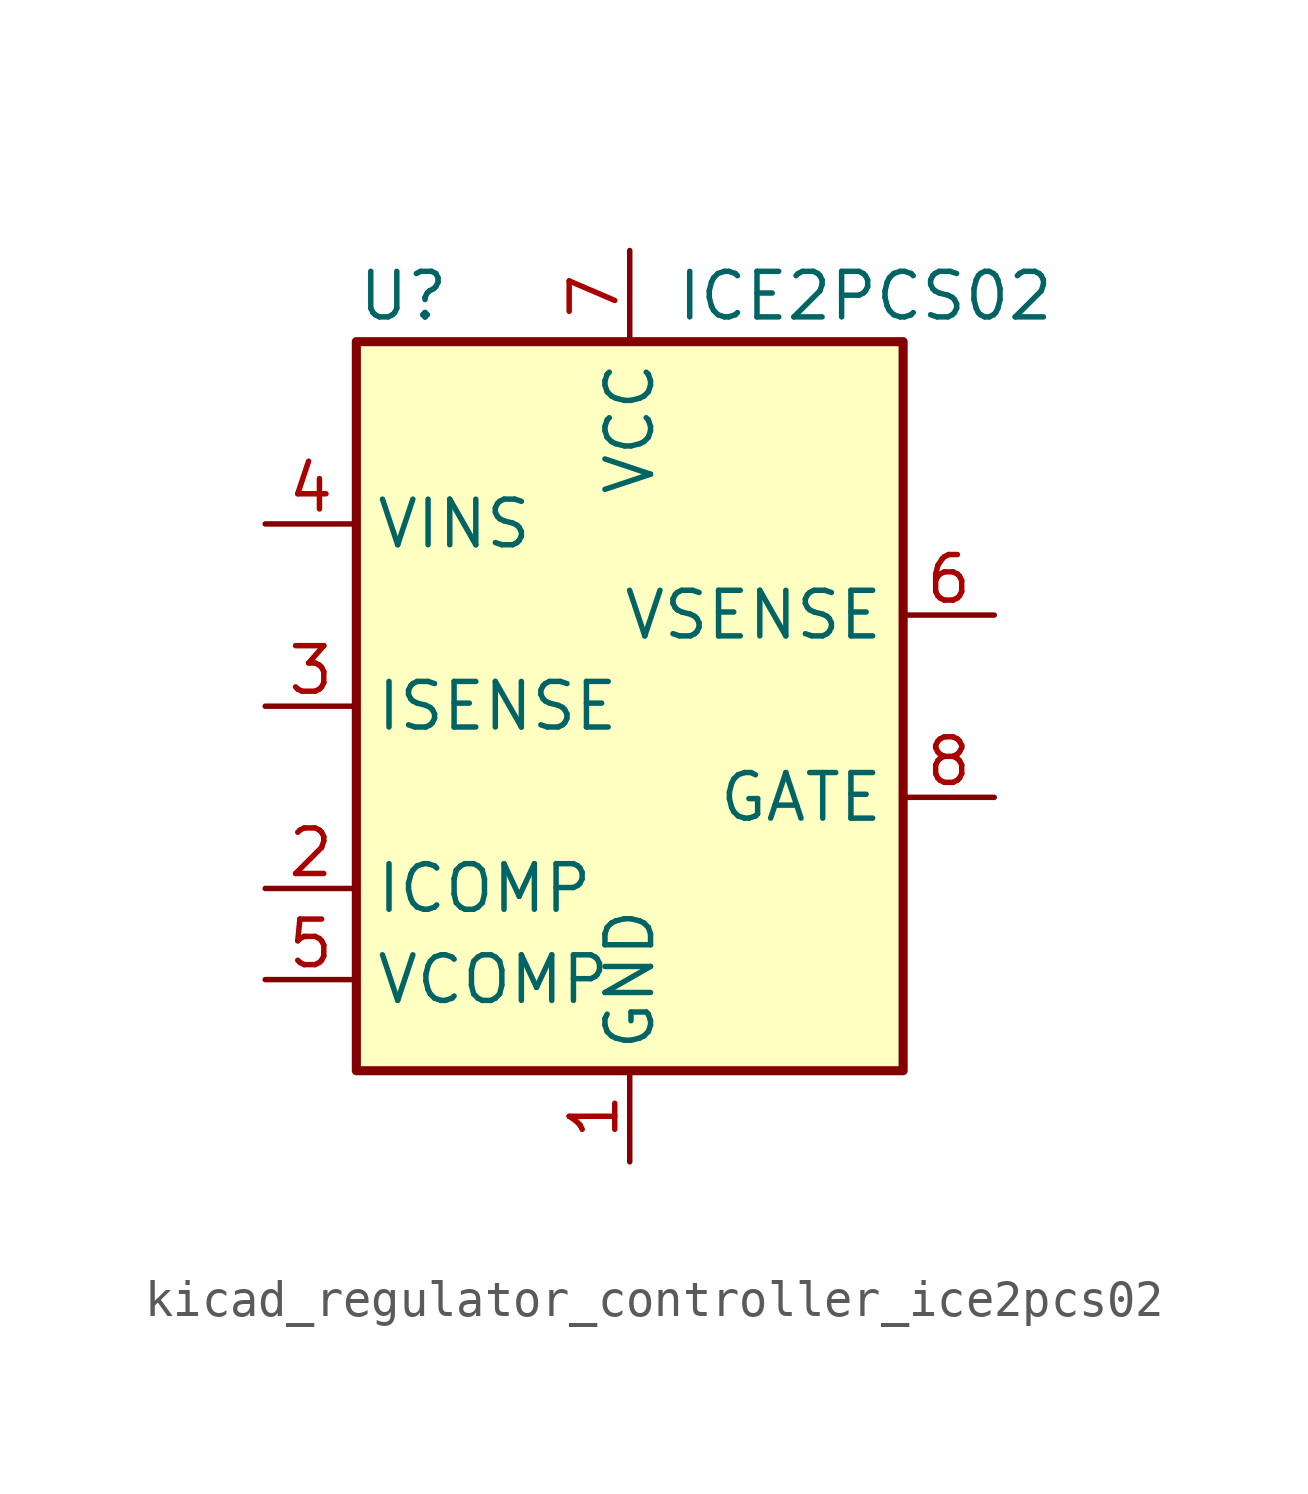
<source format=kicad_sym>
(kicad_symbol_lib
  (version 20220914)
  (generator kicad_symbol_editor)
  (symbol "kicad_regulator_controller_ice2pcs02"
    (property "Reference" "U"
      (at -7.62 11.43 0)
      (effects (font (size 1.27 1.27)) (justify left)))
    (property "Value" "ICE2PCS02"
      (at 1.27 11.43 0)
      (effects (font (size 1.27 1.27)) (justify left)))
    (symbol "kicad_regulator_controller_ice2pcs02_0_0"
      (rectangle (start -7.62 10.16) (end 7.62 -10.16) (stroke (width 0.254) (type default)) (fill (type background))))
    (symbol "kicad_regulator_controller_ice2pcs02_1_1"
      (pin power_in line (at 0 -12.7 90) (length 2.54) (name "GND" (effects (font (size 1.27 1.27)))) (number "1" (effects (font (size 1.27 1.27)))))
      (pin passive line (at -10.16 -5.08 0) (length 2.54) (name "ICOMP" (effects (font (size 1.27 1.27)))) (number "2" (effects (font (size 1.27 1.27)))))
      (pin input line (at -10.16 0 0) (length 2.54) (name "ISENSE" (effects (font (size 1.27 1.27)))) (number "3" (effects (font (size 1.27 1.27)))))
      (pin input line (at -10.16 5.08 0) (length 2.54) (name "VINS" (effects (font (size 1.27 1.27)))) (number "4" (effects (font (size 1.27 1.27)))))
      (pin passive line (at -10.16 -7.62 0) (length 2.54) (name "VCOMP" (effects (font (size 1.27 1.27)))) (number "5" (effects (font (size 1.27 1.27)))))
      (pin input line (at 10.16 2.54 180) (length 2.54) (name "VSENSE" (effects (font (size 1.27 1.27)))) (number "6" (effects (font (size 1.27 1.27)))))
      (pin power_in line (at 0 12.7 270) (length 2.54) (name "VCC" (effects (font (size 1.27 1.27)))) (number "7" (effects (font (size 1.27 1.27)))))
      (pin output line (at 10.16 -2.54 180) (length 2.54) (name "GATE" (effects (font (size 1.27 1.27)))) (number "8" (effects (font (size 1.27 1.27))))))))
</source>
